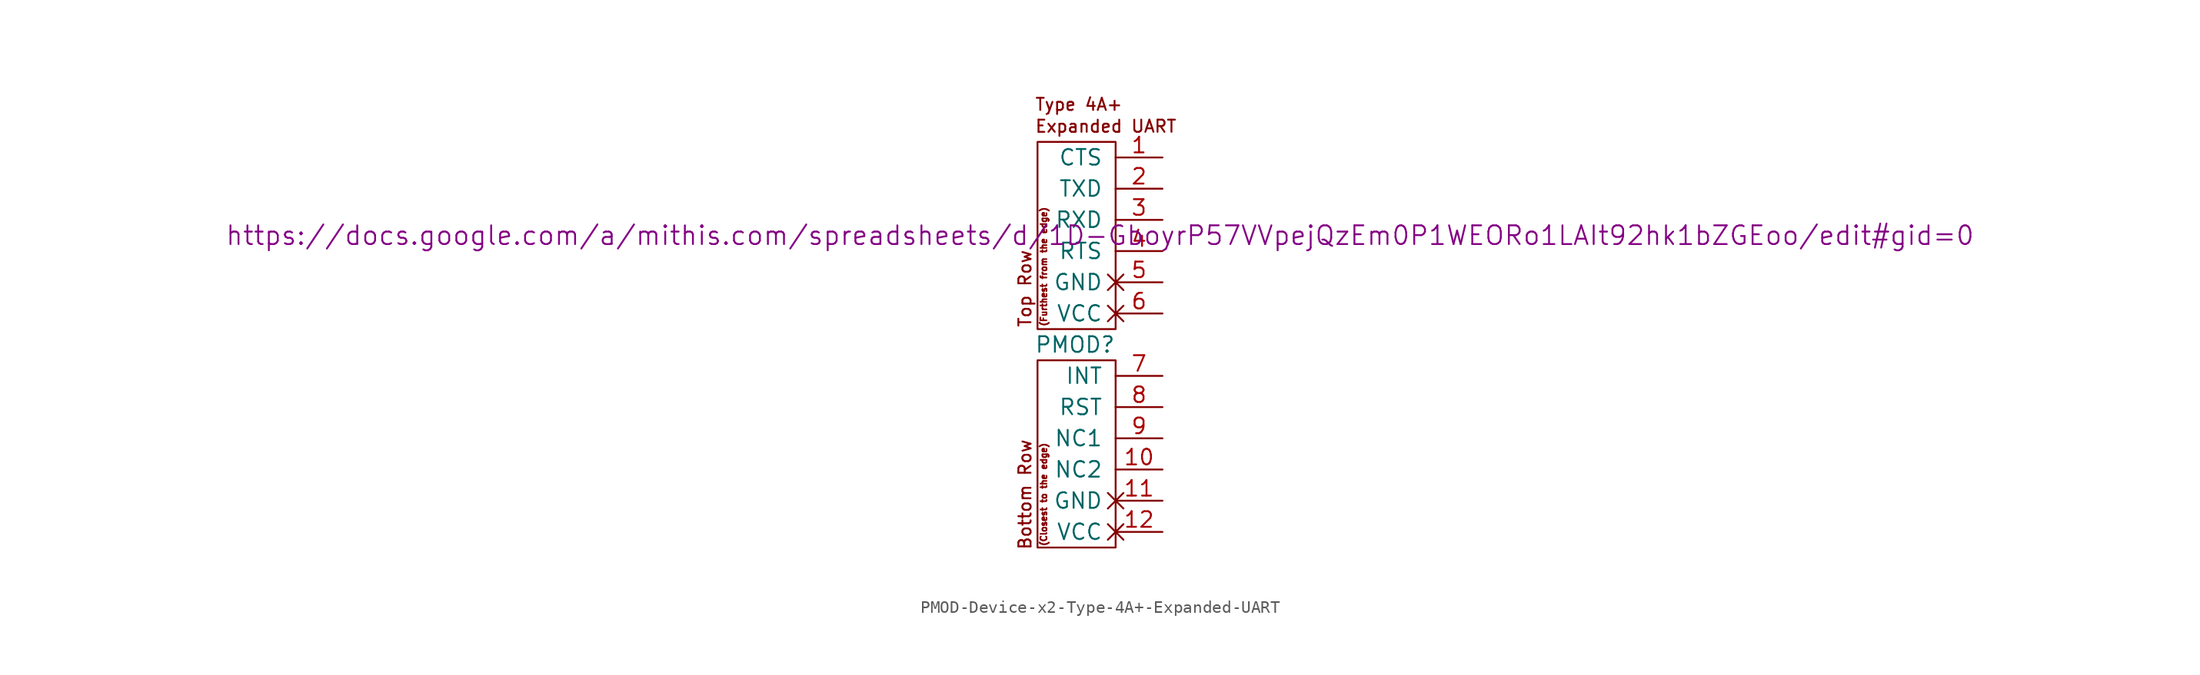
<source format=kicad_sym>
(kicad_symbol_lib
  (version 20231120)
  (generator "kicad_symbol_editor")
  (generator_version "8.0")
  (symbol "PMOD-Device-x2-Type-4A+-Expanded-UART"
    (pin_names
      (offset 1.016))
    (property "Reference" "PMOD"
      (at -3.302 -1.27 0)
      (effects (font (size 1.27 1.27))))
    (property "Datasheet" "https://docs.google.com/a/mithis.com/spreadsheets/d/1D-GboyrP57VVpejQzEm0P1WEORo1LAIt92hk1bZGEoo/edit#gid=0"
      (at -1.27 7.62 0)
      (effects (font (size 1.524 1.524))))
    (symbol "PMOD-Device-x2-Type-4A+-Expanded-UART_0_0"
      (text "(Closest to the edge)" (at -5.842 -13.462 900) (effects (font (size 0.508 0.508))))
      (text "(Furthest from the edge)" (at -5.842 5.08 900) (effects (font (size 0.508 0.508))))
      (text "Bottom Row" (at -7.366 -13.462 900) (effects (font (size 0.991 0.991))))
      (text "Expanded UART" (at -6.604 16.51 0) (effects (font (size 0.991 0.991)) (justify left)))
      (text "Top Row" (at -7.366 3.302 900) (effects (font (size 0.991 0.991))))
      (text "Type 4A+" (at -6.604 18.288 0) (effects (font (size 0.991 0.991)) (justify left))))
    (symbol "PMOD-Device-x2-Type-4A+-Expanded-UART_0_1"
      (rectangle (start -6.35 -2.54) (end 0 -17.78) (stroke (width 0) (type solid)) (fill (type none)))
      (rectangle (start 0 15.24) (end -6.35 0) (stroke (width 0) (type solid)) (fill (type none))))
    (symbol "PMOD-Device-x2-Type-4A+-Expanded-UART_1_1"
      (pin input line (at 3.81 13.97 180) (length 3.81) (name "CTS" (effects (font (size 1.27 1.27)))) (number "1" (effects (font (size 1.27 1.27)))))
      (pin bidirectional line (at 3.81 -11.43 180) (length 3.81) (name "NC2" (effects (font (size 1.27 1.27)))) (number "10" (effects (font (size 1.27 1.27)))))
      (pin power_out non_logic (at 3.81 -13.97 180) (length 3.81) (name "GND" (effects (font (size 1.27 1.27)))) (number "11" (effects (font (size 1.27 1.27)))))
      (pin power_out non_logic (at 3.81 -16.51 180) (length 3.81) (name "VCC" (effects (font (size 1.27 1.27)))) (number "12" (effects (font (size 1.27 1.27)))))
      (pin output line (at 3.81 11.43 180) (length 3.81) (name "TXD" (effects (font (size 1.27 1.27)))) (number "2" (effects (font (size 1.27 1.27)))))
      (pin input line (at 3.81 8.89 180) (length 3.81) (name "RXD" (effects (font (size 1.27 1.27)))) (number "3" (effects (font (size 1.27 1.27)))))
      (pin output line (at 3.81 6.35 180) (length 3.81) (name "RTS" (effects (font (size 1.27 1.27)))) (number "4" (effects (font (size 1.27 1.27)))))
      (pin power_out non_logic (at 3.81 3.81 180) (length 3.81) (name "GND" (effects (font (size 1.27 1.27)))) (number "5" (effects (font (size 1.27 1.27)))))
      (pin power_out non_logic (at 3.81 1.27 180) (length 3.81) (name "VCC" (effects (font (size 1.27 1.27)))) (number "6" (effects (font (size 1.27 1.27)))))
      (pin input line (at 3.81 -3.81 180) (length 3.81) (name "INT" (effects (font (size 1.27 1.27)))) (number "7" (effects (font (size 1.27 1.27)))))
      (pin output line (at 3.81 -6.35 180) (length 3.81) (name "RST" (effects (font (size 1.27 1.27)))) (number "8" (effects (font (size 1.27 1.27)))))
      (pin bidirectional line (at 3.81 -8.89 180) (length 3.81) (name "NC1" (effects (font (size 1.27 1.27)))) (number "9" (effects (font (size 1.27 1.27))))))))
</source>
